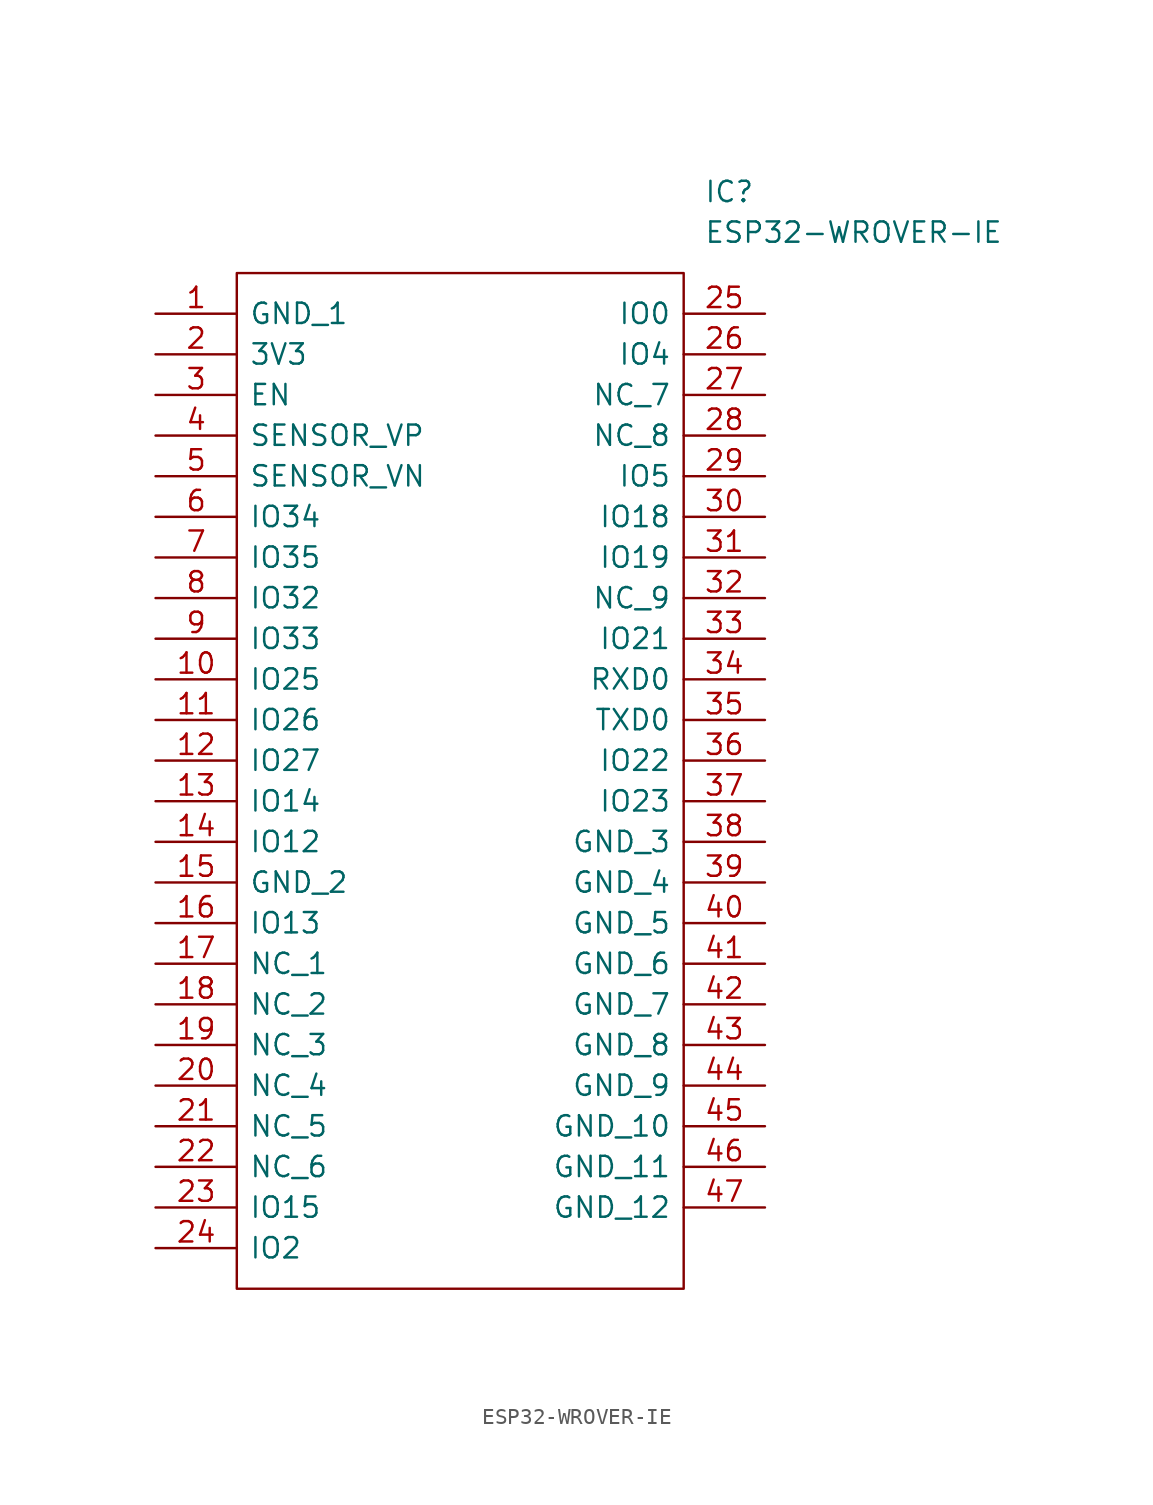
<source format=kicad_sym>
(kicad_symbol_lib
  (version 20220914)
  (generator kicad_symbol_editor)
  (symbol "ESP32-WROVER-IE"
    (pin_names
      (offset 0.762))
    (property "Reference" "IC"
      (at 34.29 7.62 0)
      (effects (font (size 1.27 1.27)) (justify left)))
    (property "Value" "ESP32-WROVER-IE"
      (at 34.29 5.08 0)
      (effects (font (size 1.27 1.27)) (justify left)))
    (symbol "ESP32-WROVER-IE_0_0"
      (pin passive line (at 0 0 0) (length 5.08) (name "GND_1" (effects (font (size 1.27 1.27)))) (number "1" (effects (font (size 1.27 1.27)))))
      (pin passive line (at 0 -22.86 0) (length 5.08) (name "IO25" (effects (font (size 1.27 1.27)))) (number "10" (effects (font (size 1.27 1.27)))))
      (pin passive line (at 0 -25.4 0) (length 5.08) (name "IO26" (effects (font (size 1.27 1.27)))) (number "11" (effects (font (size 1.27 1.27)))))
      (pin passive line (at 0 -27.94 0) (length 5.08) (name "IO27" (effects (font (size 1.27 1.27)))) (number "12" (effects (font (size 1.27 1.27)))))
      (pin passive line (at 0 -30.48 0) (length 5.08) (name "IO14" (effects (font (size 1.27 1.27)))) (number "13" (effects (font (size 1.27 1.27)))))
      (pin passive line (at 0 -33.02 0) (length 5.08) (name "IO12" (effects (font (size 1.27 1.27)))) (number "14" (effects (font (size 1.27 1.27)))))
      (pin passive line (at 0 -35.56 0) (length 5.08) (name "GND_2" (effects (font (size 1.27 1.27)))) (number "15" (effects (font (size 1.27 1.27)))))
      (pin passive line (at 0 -38.1 0) (length 5.08) (name "IO13" (effects (font (size 1.27 1.27)))) (number "16" (effects (font (size 1.27 1.27)))))
      (pin passive line (at 0 -40.64 0) (length 5.08) (name "NC_1" (effects (font (size 1.27 1.27)))) (number "17" (effects (font (size 1.27 1.27)))))
      (pin passive line (at 0 -43.18 0) (length 5.08) (name "NC_2" (effects (font (size 1.27 1.27)))) (number "18" (effects (font (size 1.27 1.27)))))
      (pin passive line (at 0 -45.72 0) (length 5.08) (name "NC_3" (effects (font (size 1.27 1.27)))) (number "19" (effects (font (size 1.27 1.27)))))
      (pin passive line (at 0 -2.54 0) (length 5.08) (name "3V3" (effects (font (size 1.27 1.27)))) (number "2" (effects (font (size 1.27 1.27)))))
      (pin passive line (at 0 -48.26 0) (length 5.08) (name "NC_4" (effects (font (size 1.27 1.27)))) (number "20" (effects (font (size 1.27 1.27)))))
      (pin passive line (at 0 -50.8 0) (length 5.08) (name "NC_5" (effects (font (size 1.27 1.27)))) (number "21" (effects (font (size 1.27 1.27)))))
      (pin passive line (at 0 -53.34 0) (length 5.08) (name "NC_6" (effects (font (size 1.27 1.27)))) (number "22" (effects (font (size 1.27 1.27)))))
      (pin passive line (at 0 -55.88 0) (length 5.08) (name "IO15" (effects (font (size 1.27 1.27)))) (number "23" (effects (font (size 1.27 1.27)))))
      (pin passive line (at 0 -58.42 0) (length 5.08) (name "IO2" (effects (font (size 1.27 1.27)))) (number "24" (effects (font (size 1.27 1.27)))))
      (pin passive line (at 38.1 0 180) (length 5.08) (name "IO0" (effects (font (size 1.27 1.27)))) (number "25" (effects (font (size 1.27 1.27)))))
      (pin passive line (at 38.1 -2.54 180) (length 5.08) (name "IO4" (effects (font (size 1.27 1.27)))) (number "26" (effects (font (size 1.27 1.27)))))
      (pin passive line (at 38.1 -5.08 180) (length 5.08) (name "NC_7" (effects (font (size 1.27 1.27)))) (number "27" (effects (font (size 1.27 1.27)))))
      (pin passive line (at 38.1 -7.62 180) (length 5.08) (name "NC_8" (effects (font (size 1.27 1.27)))) (number "28" (effects (font (size 1.27 1.27)))))
      (pin passive line (at 38.1 -10.16 180) (length 5.08) (name "IO5" (effects (font (size 1.27 1.27)))) (number "29" (effects (font (size 1.27 1.27)))))
      (pin passive line (at 0 -5.08 0) (length 5.08) (name "EN" (effects (font (size 1.27 1.27)))) (number "3" (effects (font (size 1.27 1.27)))))
      (pin passive line (at 38.1 -12.7 180) (length 5.08) (name "IO18" (effects (font (size 1.27 1.27)))) (number "30" (effects (font (size 1.27 1.27)))))
      (pin passive line (at 38.1 -15.24 180) (length 5.08) (name "IO19" (effects (font (size 1.27 1.27)))) (number "31" (effects (font (size 1.27 1.27)))))
      (pin passive line (at 38.1 -17.78 180) (length 5.08) (name "NC_9" (effects (font (size 1.27 1.27)))) (number "32" (effects (font (size 1.27 1.27)))))
      (pin passive line (at 38.1 -20.32 180) (length 5.08) (name "IO21" (effects (font (size 1.27 1.27)))) (number "33" (effects (font (size 1.27 1.27)))))
      (pin passive line (at 38.1 -22.86 180) (length 5.08) (name "RXD0" (effects (font (size 1.27 1.27)))) (number "34" (effects (font (size 1.27 1.27)))))
      (pin passive line (at 38.1 -25.4 180) (length 5.08) (name "TXD0" (effects (font (size 1.27 1.27)))) (number "35" (effects (font (size 1.27 1.27)))))
      (pin passive line (at 38.1 -27.94 180) (length 5.08) (name "IO22" (effects (font (size 1.27 1.27)))) (number "36" (effects (font (size 1.27 1.27)))))
      (pin passive line (at 38.1 -30.48 180) (length 5.08) (name "IO23" (effects (font (size 1.27 1.27)))) (number "37" (effects (font (size 1.27 1.27)))))
      (pin passive line (at 38.1 -33.02 180) (length 5.08) (name "GND_3" (effects (font (size 1.27 1.27)))) (number "38" (effects (font (size 1.27 1.27)))))
      (pin passive line (at 38.1 -35.56 180) (length 5.08) (name "GND_4" (effects (font (size 1.27 1.27)))) (number "39" (effects (font (size 1.27 1.27)))))
      (pin passive line (at 0 -7.62 0) (length 5.08) (name "SENSOR_VP" (effects (font (size 1.27 1.27)))) (number "4" (effects (font (size 1.27 1.27)))))
      (pin passive line (at 38.1 -38.1 180) (length 5.08) (name "GND_5" (effects (font (size 1.27 1.27)))) (number "40" (effects (font (size 1.27 1.27)))))
      (pin passive line (at 38.1 -40.64 180) (length 5.08) (name "GND_6" (effects (font (size 1.27 1.27)))) (number "41" (effects (font (size 1.27 1.27)))))
      (pin passive line (at 38.1 -43.18 180) (length 5.08) (name "GND_7" (effects (font (size 1.27 1.27)))) (number "42" (effects (font (size 1.27 1.27)))))
      (pin passive line (at 38.1 -45.72 180) (length 5.08) (name "GND_8" (effects (font (size 1.27 1.27)))) (number "43" (effects (font (size 1.27 1.27)))))
      (pin passive line (at 38.1 -48.26 180) (length 5.08) (name "GND_9" (effects (font (size 1.27 1.27)))) (number "44" (effects (font (size 1.27 1.27)))))
      (pin passive line (at 38.1 -50.8 180) (length 5.08) (name "GND_10" (effects (font (size 1.27 1.27)))) (number "45" (effects (font (size 1.27 1.27)))))
      (pin passive line (at 38.1 -53.34 180) (length 5.08) (name "GND_11" (effects (font (size 1.27 1.27)))) (number "46" (effects (font (size 1.27 1.27)))))
      (pin passive line (at 38.1 -55.88 180) (length 5.08) (name "GND_12" (effects (font (size 1.27 1.27)))) (number "47" (effects (font (size 1.27 1.27)))))
      (pin passive line (at 0 -10.16 0) (length 5.08) (name "SENSOR_VN" (effects (font (size 1.27 1.27)))) (number "5" (effects (font (size 1.27 1.27)))))
      (pin passive line (at 0 -12.7 0) (length 5.08) (name "IO34" (effects (font (size 1.27 1.27)))) (number "6" (effects (font (size 1.27 1.27)))))
      (pin passive line (at 0 -15.24 0) (length 5.08) (name "IO35" (effects (font (size 1.27 1.27)))) (number "7" (effects (font (size 1.27 1.27)))))
      (pin passive line (at 0 -17.78 0) (length 5.08) (name "IO32" (effects (font (size 1.27 1.27)))) (number "8" (effects (font (size 1.27 1.27)))))
      (pin passive line (at 0 -20.32 0) (length 5.08) (name "IO33" (effects (font (size 1.27 1.27)))) (number "9" (effects (font (size 1.27 1.27))))))
    (symbol "ESP32-WROVER-IE_0_1"
      (polyline (pts (xy 5.08 2.54) (xy 33.02 2.54) (xy 33.02 -60.96) (xy 5.08 -60.96) (xy 5.08 2.54)) (stroke (width 0.152) (type solid)) (fill (type none))))))
</source>
